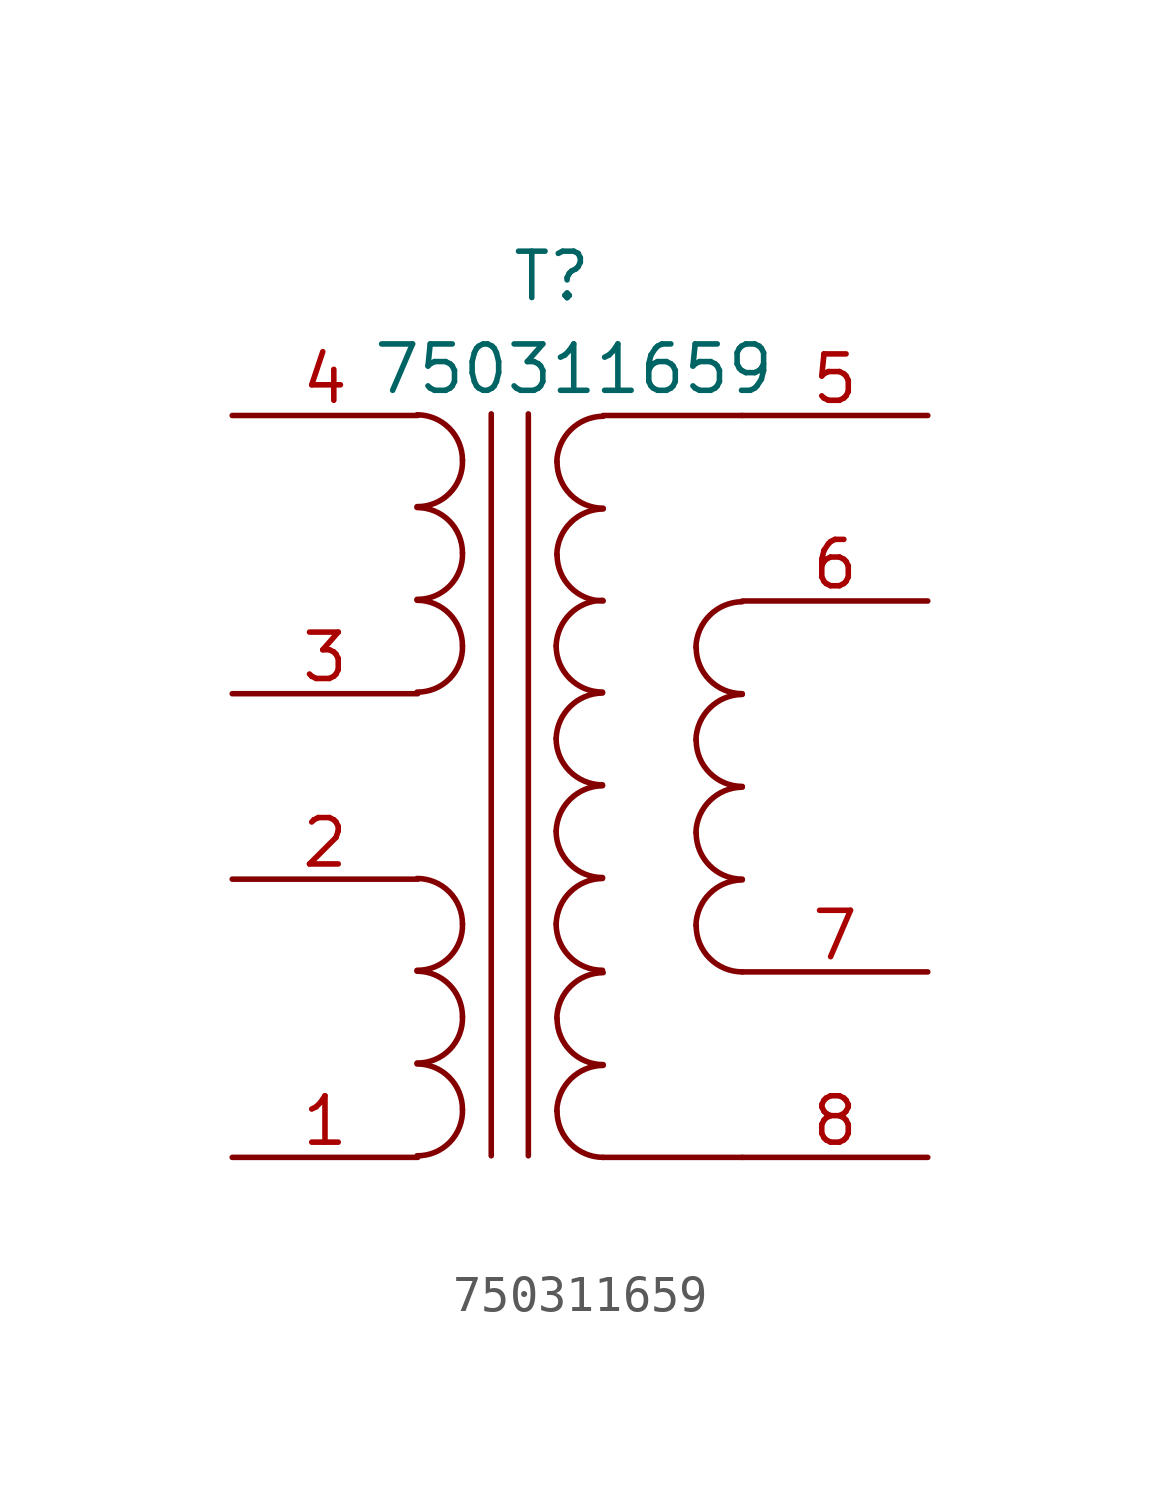
<source format=kicad_sym>
(kicad_symbol_lib
  (version 20211014)
  (generator kicad_symbol_editor)
  (symbol "750311659"
    (pin_names
      (offset 0) hide)
    (property "Reference" "T"
      (at 7.62 3.81 0)
      (effects (font (size 1.27 1.27)) (justify left)))
    (property "Value" "750311659"
      (at 3.81 1.27 0)
      (effects (font (size 1.27 1.27)) (justify left)))
    (symbol "750311659_0_0"
      (pin passive line (at 0 -20.32 0) (length 5.08) (name "AUX_1" (effects (font (size 1.27 1.27)))) (number "1" (effects (font (size 1.27 1.27)))))
      (pin passive line (at 0 -12.7 0) (length 5.08) (name "AUX_2" (effects (font (size 1.27 1.27)))) (number "2" (effects (font (size 1.27 1.27)))))
      (pin passive line (at 0 -7.62 0) (length 5.08) (name "PRI_1" (effects (font (size 1.27 1.27)))) (number "3" (effects (font (size 1.27 1.27)))))
      (pin passive line (at 0 0 0) (length 5.08) (name "PRI_2" (effects (font (size 1.27 1.27)))) (number "4" (effects (font (size 1.27 1.27)))))
      (pin passive line (at 19.05 0 180) (length 5.08) (name "SEC_1" (effects (font (size 1.27 1.27)))) (number "5" (effects (font (size 1.27 1.27)))))
      (pin passive line (at 19.05 -5.08 180) (length 5.08) (name "SEC_2" (effects (font (size 1.27 1.27)))) (number "6" (effects (font (size 1.27 1.27)))))
      (pin passive line (at 19.05 -15.24 180) (length 5.08) (name "SEC_3" (effects (font (size 1.27 1.27)))) (number "7" (effects (font (size 1.27 1.27)))))
      (pin passive line (at 19.05 -20.32 180) (length 5.08) (name "SEC_4" (effects (font (size 1.27 1.27)))) (number "8" (effects (font (size 1.27 1.27))))))
    (symbol "750311659_0_1"
      (polyline (pts (xy 7.094 -20.276) (xy 7.094 0.044)) (stroke (width 0) (type default) (color 0 0 0 0)) (fill (type none)))
      (polyline (pts (xy 8.11 0.044) (xy 8.11 -20.276)) (stroke (width 0) (type default) (color 0 0 0 0)) (fill (type none)))
      (polyline (pts (xy 10.16 -20.32) (xy 13.97 -20.32)) (stroke (width 0) (type default) (color 0 0 0 0)) (fill (type none)))
      (polyline (pts (xy 10.16 0) (xy 13.97 0)) (stroke (width 0) (type default) (color 0 0 0 0)) (fill (type none)))
      (arc (start 5.0617 -20.2757) (mid 5.9559 -19.9072) (end 6.3063 -19.0057) (stroke (width 0) (type default) (color 0 0 0 0)) (fill (type none)))
      (arc (start 5.0617 -17.7357) (mid 5.9559 -17.3672) (end 6.3063 -16.4657) (stroke (width 0) (type default) (color 0 0 0 0)) (fill (type none)))
      (arc (start 5.0617 -15.1957) (mid 5.9559 -14.8272) (end 6.3063 -13.9257) (stroke (width 0) (type default) (color 0 0 0 0)) (fill (type none)))
      (arc (start 5.0617 -7.5757) (mid 5.9559 -7.2072) (end 6.3063 -6.3057) (stroke (width 0) (type default) (color 0 0 0 0)) (fill (type none)))
      (arc (start 5.0617 -5.0357) (mid 5.9559 -4.6672) (end 6.3063 -3.7657) (stroke (width 0) (type default) (color 0 0 0 0)) (fill (type none)))
      (arc (start 5.0617 -2.4957) (mid 5.9559 -2.1272) (end 6.3063 -1.2257) (stroke (width 0) (type default) (color 0 0 0 0)) (fill (type none)))
      (arc (start 6.3063 -19.0057) (mid 5.9418 -18.1256) (end 5.0617 -17.7611) (stroke (width 0) (type default) (color 0 0 0 0)) (fill (type none)))
      (arc (start 6.3063 -16.4657) (mid 5.9418 -15.5856) (end 5.0617 -15.2211) (stroke (width 0) (type default) (color 0 0 0 0)) (fill (type none)))
      (arc (start 6.3063 -13.9257) (mid 5.9418 -13.0456) (end 5.0617 -12.6811) (stroke (width 0) (type default) (color 0 0 0 0)) (fill (type none)))
      (arc (start 6.3063 -6.3057) (mid 5.9418 -5.4256) (end 5.0617 -5.0611) (stroke (width 0) (type default) (color 0 0 0 0)) (fill (type none)))
      (arc (start 6.3063 -3.7657) (mid 5.9418 -2.8856) (end 5.0617 -2.5211) (stroke (width 0) (type default) (color 0 0 0 0)) (fill (type none)))
      (arc (start 6.3063 -1.2257) (mid 5.9418 -0.3456) (end 5.0617 0.0189) (stroke (width 0) (type default) (color 0 0 0 0)) (fill (type none)))
      (arc (start 8.8717 -13.9257) (mid 9.2437 -14.8237) (end 10.1417 -15.1957) (stroke (width 0) (type default) (color 0 0 0 0)) (fill (type none)))
      (arc (start 8.8717 -11.3857) (mid 9.2437 -12.2837) (end 10.1417 -12.6557) (stroke (width 0) (type default) (color 0 0 0 0)) (fill (type none)))
      (arc (start 8.8717 -8.8457) (mid 9.2437 -9.7437) (end 10.1417 -10.1157) (stroke (width 0) (type default) (color 0 0 0 0)) (fill (type none)))
      (arc (start 8.8717 -6.3057) (mid 9.2437 -7.2037) (end 10.1417 -7.5757) (stroke (width 0) (type default) (color 0 0 0 0)) (fill (type none)))
      (arc (start 8.8897 -19.0497) (mid 9.2616 -19.948) (end 10.1597 -20.3197) (stroke (width 0) (type default) (color 0 0 0 0)) (fill (type none)))
      (arc (start 8.8897 -16.5097) (mid 9.2616 -17.408) (end 10.1597 -17.7797) (stroke (width 0) (type default) (color 0 0 0 0)) (fill (type none)))
      (arc (start 8.8897 -3.8097) (mid 9.2616 -4.708) (end 10.1597 -5.0797) (stroke (width 0) (type default) (color 0 0 0 0)) (fill (type none)))
      (arc (start 8.8897 -1.2697) (mid 9.2616 -2.168) (end 10.1597 -2.5397) (stroke (width 0) (type default) (color 0 0 0 0)) (fill (type none)))
      (arc (start 10.1417 -12.6811) (mid 9.2578 -13.0494) (end 8.8717 -13.9257) (stroke (width 0) (type default) (color 0 0 0 0)) (fill (type none)))
      (arc (start 10.1417 -10.1411) (mid 9.2578 -10.5094) (end 8.8717 -11.3857) (stroke (width 0) (type default) (color 0 0 0 0)) (fill (type none)))
      (arc (start 10.1417 -7.6011) (mid 9.2578 -7.9694) (end 8.8717 -8.8457) (stroke (width 0) (type default) (color 0 0 0 0)) (fill (type none)))
      (arc (start 10.1417 -5.0611) (mid 9.2578 -5.4294) (end 8.8717 -6.3057) (stroke (width 0) (type default) (color 0 0 0 0)) (fill (type none)))
      (arc (start 10.1597 -17.8051) (mid 9.2758 -18.1734) (end 8.8897 -19.0497) (stroke (width 0) (type default) (color 0 0 0 0)) (fill (type none)))
      (arc (start 10.1597 -15.2651) (mid 9.2758 -15.6334) (end 8.8897 -16.5097) (stroke (width 0) (type default) (color 0 0 0 0)) (fill (type none)))
      (arc (start 10.1597 -2.5651) (mid 9.2758 -2.9334) (end 8.8897 -3.8097) (stroke (width 0) (type default) (color 0 0 0 0)) (fill (type none)))
      (arc (start 10.1597 -0.0251) (mid 9.2758 -0.3934) (end 8.8897 -1.2697) (stroke (width 0) (type default) (color 0 0 0 0)) (fill (type none)))
      (arc (start 12.6997 -13.9697) (mid 13.0716 -14.868) (end 13.9697 -15.2397) (stroke (width 0) (type default) (color 0 0 0 0)) (fill (type none)))
      (arc (start 12.6997 -11.4297) (mid 13.0716 -12.328) (end 13.9697 -12.6997) (stroke (width 0) (type default) (color 0 0 0 0)) (fill (type none)))
      (arc (start 12.6997 -8.8897) (mid 13.0716 -9.788) (end 13.9697 -10.1597) (stroke (width 0) (type default) (color 0 0 0 0)) (fill (type none)))
      (arc (start 12.6997 -6.3497) (mid 13.0716 -7.248) (end 13.9697 -7.6197) (stroke (width 0) (type default) (color 0 0 0 0)) (fill (type none)))
      (arc (start 13.9697 -12.7251) (mid 13.0858 -13.0934) (end 12.6997 -13.9697) (stroke (width 0) (type default) (color 0 0 0 0)) (fill (type none)))
      (arc (start 13.9697 -10.1851) (mid 13.0858 -10.5534) (end 12.6997 -11.4297) (stroke (width 0) (type default) (color 0 0 0 0)) (fill (type none)))
      (arc (start 13.9697 -7.6451) (mid 13.0858 -8.0134) (end 12.6997 -8.8897) (stroke (width 0) (type default) (color 0 0 0 0)) (fill (type none)))
      (arc (start 13.9697 -5.1051) (mid 13.0858 -5.4734) (end 12.6997 -6.3497) (stroke (width 0) (type default) (color 0 0 0 0)) (fill (type none))))))
</source>
